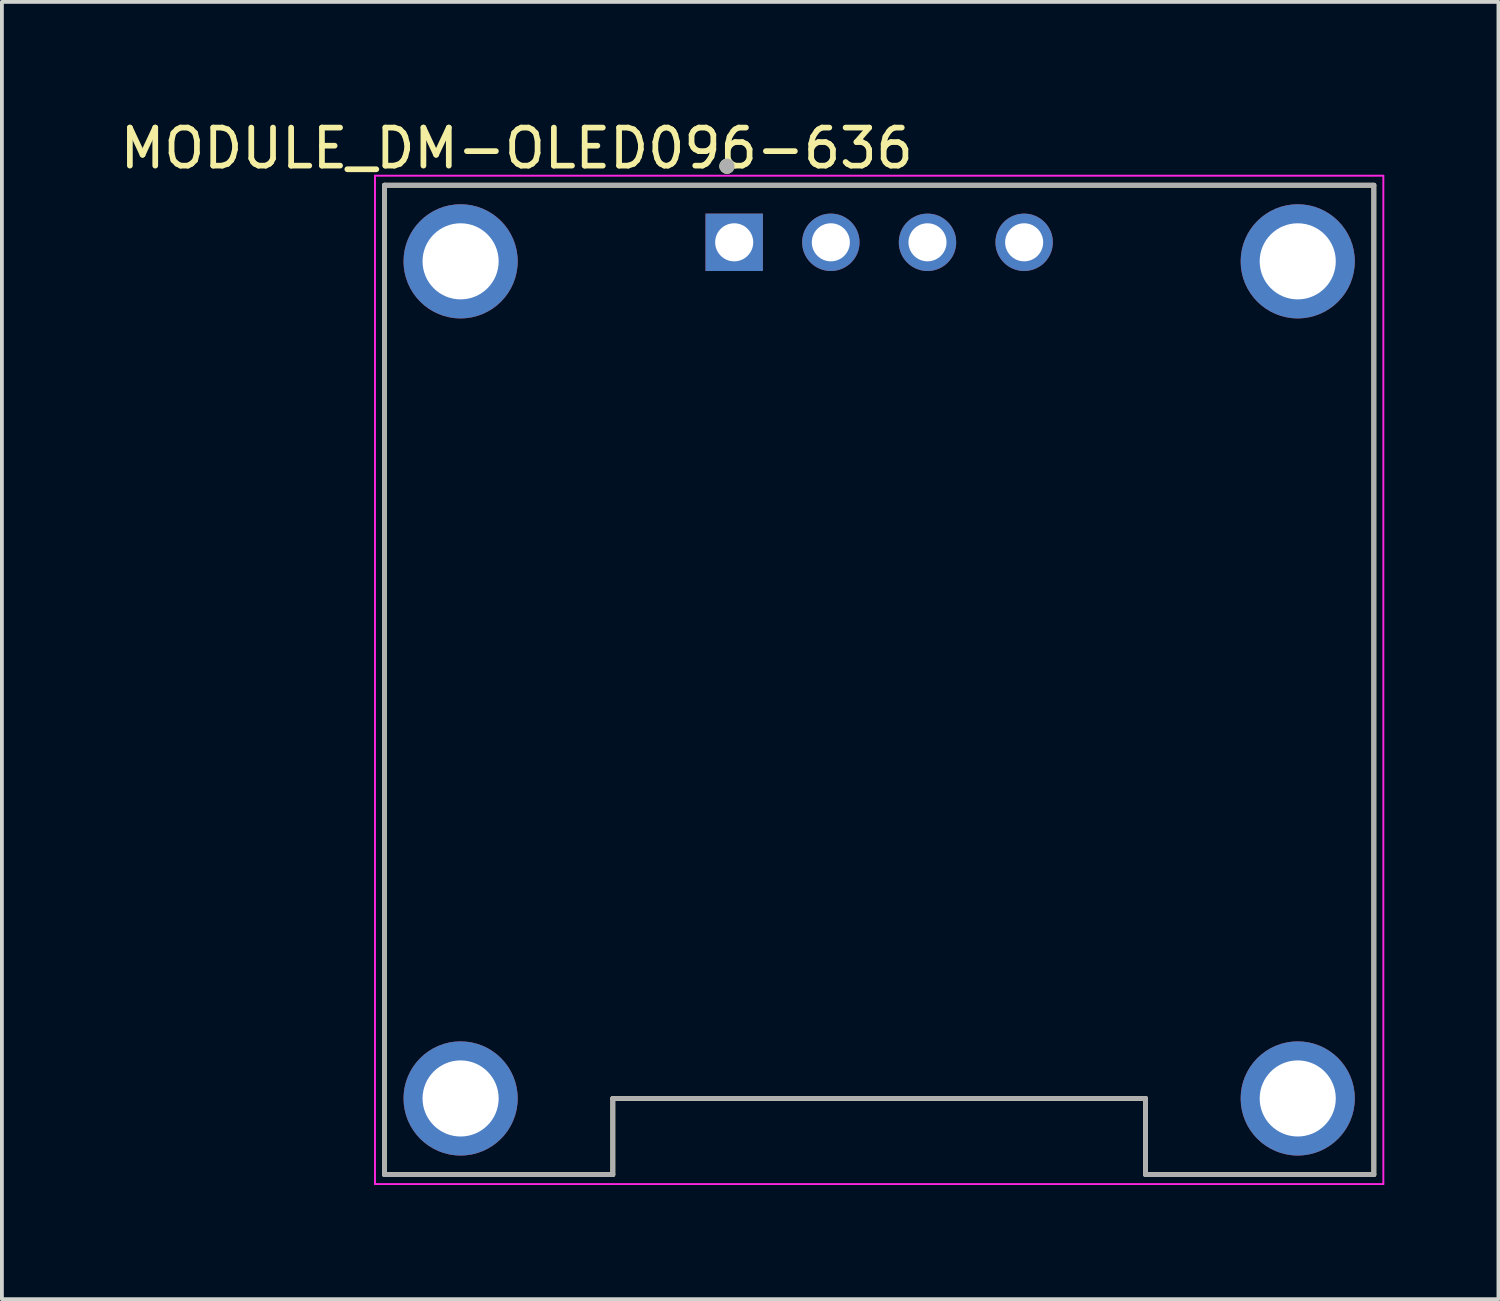
<source format=kicad_pcb>
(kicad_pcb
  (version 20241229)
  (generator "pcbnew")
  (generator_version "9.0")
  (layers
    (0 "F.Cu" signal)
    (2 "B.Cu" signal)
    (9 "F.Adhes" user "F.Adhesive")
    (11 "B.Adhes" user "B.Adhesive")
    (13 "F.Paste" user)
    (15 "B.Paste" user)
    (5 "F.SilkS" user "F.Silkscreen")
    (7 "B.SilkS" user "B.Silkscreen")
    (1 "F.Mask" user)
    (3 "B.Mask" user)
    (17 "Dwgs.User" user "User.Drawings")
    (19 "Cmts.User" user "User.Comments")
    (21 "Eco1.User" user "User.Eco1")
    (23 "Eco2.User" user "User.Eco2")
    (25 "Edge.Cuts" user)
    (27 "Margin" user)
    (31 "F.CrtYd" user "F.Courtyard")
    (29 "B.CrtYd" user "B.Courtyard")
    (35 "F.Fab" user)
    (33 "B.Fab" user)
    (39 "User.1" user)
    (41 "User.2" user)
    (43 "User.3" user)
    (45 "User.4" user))
  (footprint "MODULE_DM-OLED096-636"
    (layer "F.Cu")
    (at 20.055 14.818)
    (property "Reference" "MODULE_DM-OLED096-636" (at -9.525 -13.97 0) (layer "F.SilkS") (effects (font (size 1 1) (thickness 0.15))))
    (attr through_hole)
    (fp_line (start -13 -13) (end 13 -13) (stroke (width 0.127) (type solid)) (layer "F.SilkS"))
    (fp_line (start -13 13) (end -13 -13) (stroke (width 0.127) (type solid)) (layer "F.SilkS"))
    (fp_line (start -7 11) (end -7 13) (stroke (width 0.127) (type solid)) (layer "F.SilkS"))
    (fp_line (start -7 13) (end -13 13) (stroke (width 0.127) (type solid)) (layer "F.SilkS"))
    (fp_line (start 7 11) (end -7 11) (stroke (width 0.127) (type solid)) (layer "F.SilkS"))
    (fp_line (start 7 13) (end 7 11) (stroke (width 0.127) (type solid)) (layer "F.SilkS"))
    (fp_line (start 13 -13) (end 13 13) (stroke (width 0.127) (type solid)) (layer "F.SilkS"))
    (fp_line (start 13 13) (end 7 13) (stroke (width 0.127) (type solid)) (layer "F.SilkS"))
    (fp_circle (center -4 -13.5) (end -3.9 -13.5) (stroke (width 0.2) (type solid)) (fill no) (layer "F.SilkS"))
    (fp_line (start -13.25 -13.25) (end 13.25 -13.25) (stroke (width 0.05) (type solid)) (layer "F.CrtYd"))
    (fp_line (start -13.25 13.25) (end -13.25 -13.25) (stroke (width 0.05) (type solid)) (layer "F.CrtYd"))
    (fp_line (start 13.25 -13.25) (end 13.25 13.25) (stroke (width 0.05) (type solid)) (layer "F.CrtYd"))
    (fp_line (start 13.25 13.25) (end -13.25 13.25) (stroke (width 0.05) (type solid)) (layer "F.CrtYd"))
    (fp_line (start -13 -13) (end 13 -13) (stroke (width 0.127) (type solid)) (layer "F.Fab"))
    (fp_line (start -13 13) (end -13 -13) (stroke (width 0.127) (type solid)) (layer "F.Fab"))
    (fp_line (start -7 11) (end 7 11) (stroke (width 0.127) (type solid)) (layer "F.Fab"))
    (fp_line (start -7 13) (end -13 13) (stroke (width 0.127) (type solid)) (layer "F.Fab"))
    (fp_line (start -7 13) (end -7 11) (stroke (width 0.127) (type solid)) (layer "F.Fab"))
    (fp_line (start 7 11) (end 7 13) (stroke (width 0.127) (type solid)) (layer "F.Fab"))
    (fp_line (start 13 -13) (end 13 13) (stroke (width 0.127) (type solid)) (layer "F.Fab"))
    (fp_line (start 13 13) (end 7 13) (stroke (width 0.127) (type solid)) (layer "F.Fab"))
    (fp_circle (center -4 -13.5) (end -3.9 -13.5) (stroke (width 0.2) (type solid)) (fill no) (layer "F.Fab"))
    (pad "1" thru_hole rect (at -3.81 -11.5) (size 1.508 1.508) (drill 1) (layers "*.Cu" "*.Mask"))
    (pad "2" thru_hole circle (at -1.27 -11.5) (size 1.508 1.508) (drill 1) (layers "*.Cu" "*.Mask"))
    (pad "3" thru_hole circle (at 1.27 -11.5) (size 1.508 1.508) (drill 1) (layers "*.Cu" "*.Mask"))
    (pad "4" thru_hole circle (at 3.81 -11.5) (size 1.508 1.508) (drill 1) (layers "*.Cu" "*.Mask"))
    (pad "MP" thru_hole circle (at -11 -11) (size 3 3) (drill 2) (layers "*.Cu" "*.Mask"))
    (pad "MP" thru_hole circle (at -11 11) (size 3 3) (drill 2) (layers "*.Cu" "*.Mask"))
    (pad "MP" thru_hole circle (at 11 -11) (size 3 3) (drill 2) (layers "*.Cu" "*.Mask"))
    (pad "MP" thru_hole circle (at 11 11) (size 3 3) (drill 2) (layers "*.Cu" "*.Mask")))
  (gr_rect
    (start -3 -3)
    (end 36.33 31.093)
    (stroke (width 0.1) (type default))
    (fill no)
    (layer "Edge.Cuts")))
</source>
